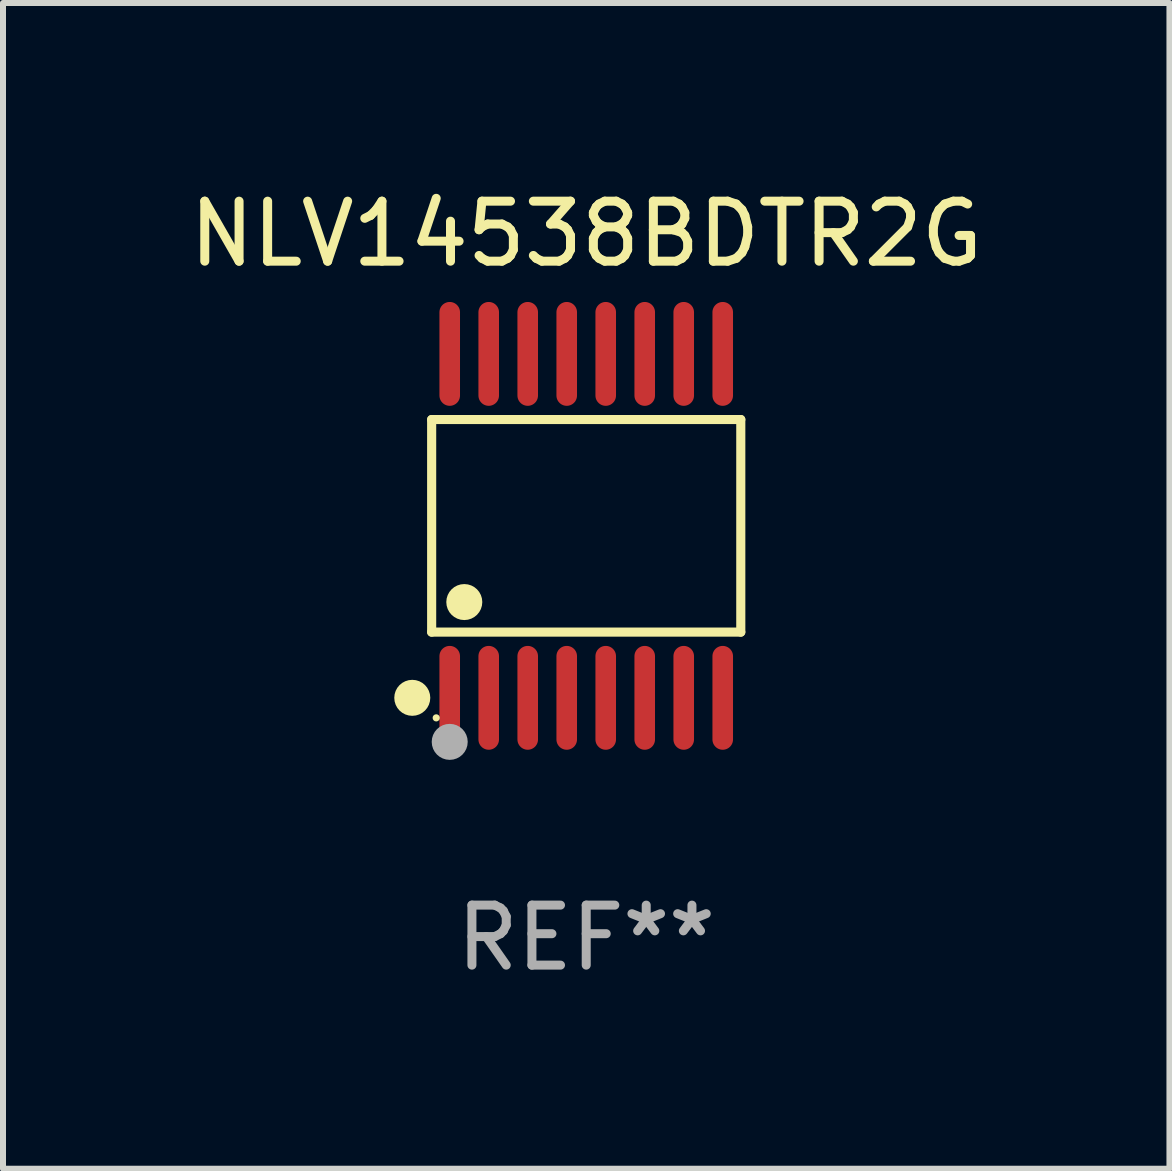
<source format=kicad_pcb>
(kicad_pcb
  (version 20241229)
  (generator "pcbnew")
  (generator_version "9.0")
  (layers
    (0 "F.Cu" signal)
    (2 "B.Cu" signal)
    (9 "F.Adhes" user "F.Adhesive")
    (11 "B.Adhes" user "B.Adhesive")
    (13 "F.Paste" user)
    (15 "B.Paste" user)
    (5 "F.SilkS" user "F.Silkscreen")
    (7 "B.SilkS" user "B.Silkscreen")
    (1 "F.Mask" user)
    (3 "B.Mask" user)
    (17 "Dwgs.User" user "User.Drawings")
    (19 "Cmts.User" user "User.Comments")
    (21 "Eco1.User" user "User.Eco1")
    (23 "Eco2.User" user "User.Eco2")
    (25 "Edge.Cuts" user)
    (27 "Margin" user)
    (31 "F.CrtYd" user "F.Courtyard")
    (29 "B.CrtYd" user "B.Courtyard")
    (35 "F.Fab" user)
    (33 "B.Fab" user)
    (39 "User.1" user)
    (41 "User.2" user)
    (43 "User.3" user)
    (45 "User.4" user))
  (footprint "NLV14538BDTR2G"
    (layer "F.Cu")
    (at 6.72 5.714)
    (property "Reference" "NLV14538BDTR2G" (at 0 -4.866 0) (layer "F.SilkS") (effects (font (size 1 1) (thickness 0.15))))
    (attr through_hole)
    (fp_line (start -2.576 -1.772) (end 2.576 -1.772) (stroke (width 0.152) (type solid)) (layer "F.SilkS"))
    (fp_line (start -2.576 1.771) (end -2.576 -1.772) (stroke (width 0.152) (type solid)) (layer "F.SilkS"))
    (fp_line (start 2.576 -1.772) (end 2.576 1.771) (stroke (width 0.152) (type solid)) (layer "F.SilkS"))
    (fp_line (start 2.576 1.771) (end -2.576 1.771) (stroke (width 0.152) (type solid)) (layer "F.SilkS"))
    (fp_circle (center -2.899 2.866) (end -2.749 2.866) (stroke (width 0.3) (type solid)) (fill no) (layer "F.SilkS"))
    (fp_circle (center -2.5 3.2) (end -2.47 3.2) (stroke (width 0.06) (type solid)) (fill no) (layer "F.SilkS"))
    (fp_circle (center -2.032 1.27) (end -1.882 1.27) (stroke (width 0.3) (type solid)) (fill no) (layer "F.SilkS"))
    (fp_circle (center -2.275 3.6) (end -2.125 3.6) (stroke (width 0.3) (type solid)) (fill no) (layer "F.Fab"))
    (fp_text user "REF**" (at 0 6.866 0) (layer "F.Fab") (effects (font (size 1 1) (thickness 0.15))))
    (pad "1" smd oval (at -2.275 2.866) (size 0.343 1.731) (layers "F.Cu" "F.Mask" "F.Paste"))
    (pad "2" smd oval (at -1.625 2.866) (size 0.343 1.731) (layers "F.Cu" "F.Mask" "F.Paste"))
    (pad "3" smd oval (at -0.975 2.866) (size 0.343 1.731) (layers "F.Cu" "F.Mask" "F.Paste"))
    (pad "4" smd oval (at -0.325 2.866) (size 0.343 1.731) (layers "F.Cu" "F.Mask" "F.Paste"))
    (pad "5" smd oval (at 0.325 2.866) (size 0.343 1.731) (layers "F.Cu" "F.Mask" "F.Paste"))
    (pad "6" smd oval (at 0.975 2.866) (size 0.343 1.731) (layers "F.Cu" "F.Mask" "F.Paste"))
    (pad "7" smd oval (at 1.625 2.866) (size 0.343 1.731) (layers "F.Cu" "F.Mask" "F.Paste"))
    (pad "8" smd oval (at 2.275 2.866) (size 0.343 1.731) (layers "F.Cu" "F.Mask" "F.Paste"))
    (pad "9" smd oval (at 2.275 -2.866) (size 0.343 1.731) (layers "F.Cu" "F.Mask" "F.Paste"))
    (pad "10" smd oval (at 1.625 -2.866) (size 0.343 1.731) (layers "F.Cu" "F.Mask" "F.Paste"))
    (pad "11" smd oval (at 0.975 -2.866) (size 0.343 1.731) (layers "F.Cu" "F.Mask" "F.Paste"))
    (pad "12" smd oval (at 0.325 -2.866) (size 0.343 1.731) (layers "F.Cu" "F.Mask" "F.Paste"))
    (pad "13" smd oval (at -0.325 -2.866) (size 0.343 1.731) (layers "F.Cu" "F.Mask" "F.Paste"))
    (pad "14" smd oval (at -0.975 -2.866) (size 0.343 1.731) (layers "F.Cu" "F.Mask" "F.Paste"))
    (pad "15" smd oval (at -1.625 -2.866) (size 0.343 1.731) (layers "F.Cu" "F.Mask" "F.Paste"))
    (pad "16" smd oval (at -2.275 -2.866) (size 0.343 1.731) (layers "F.Cu" "F.Mask" "F.Paste")))
  (gr_rect
    (start -3 -3)
    (end 16.44 16.428)
    (stroke (width 0.1) (type default))
    (fill no)
    (layer "Edge.Cuts")))
</source>
